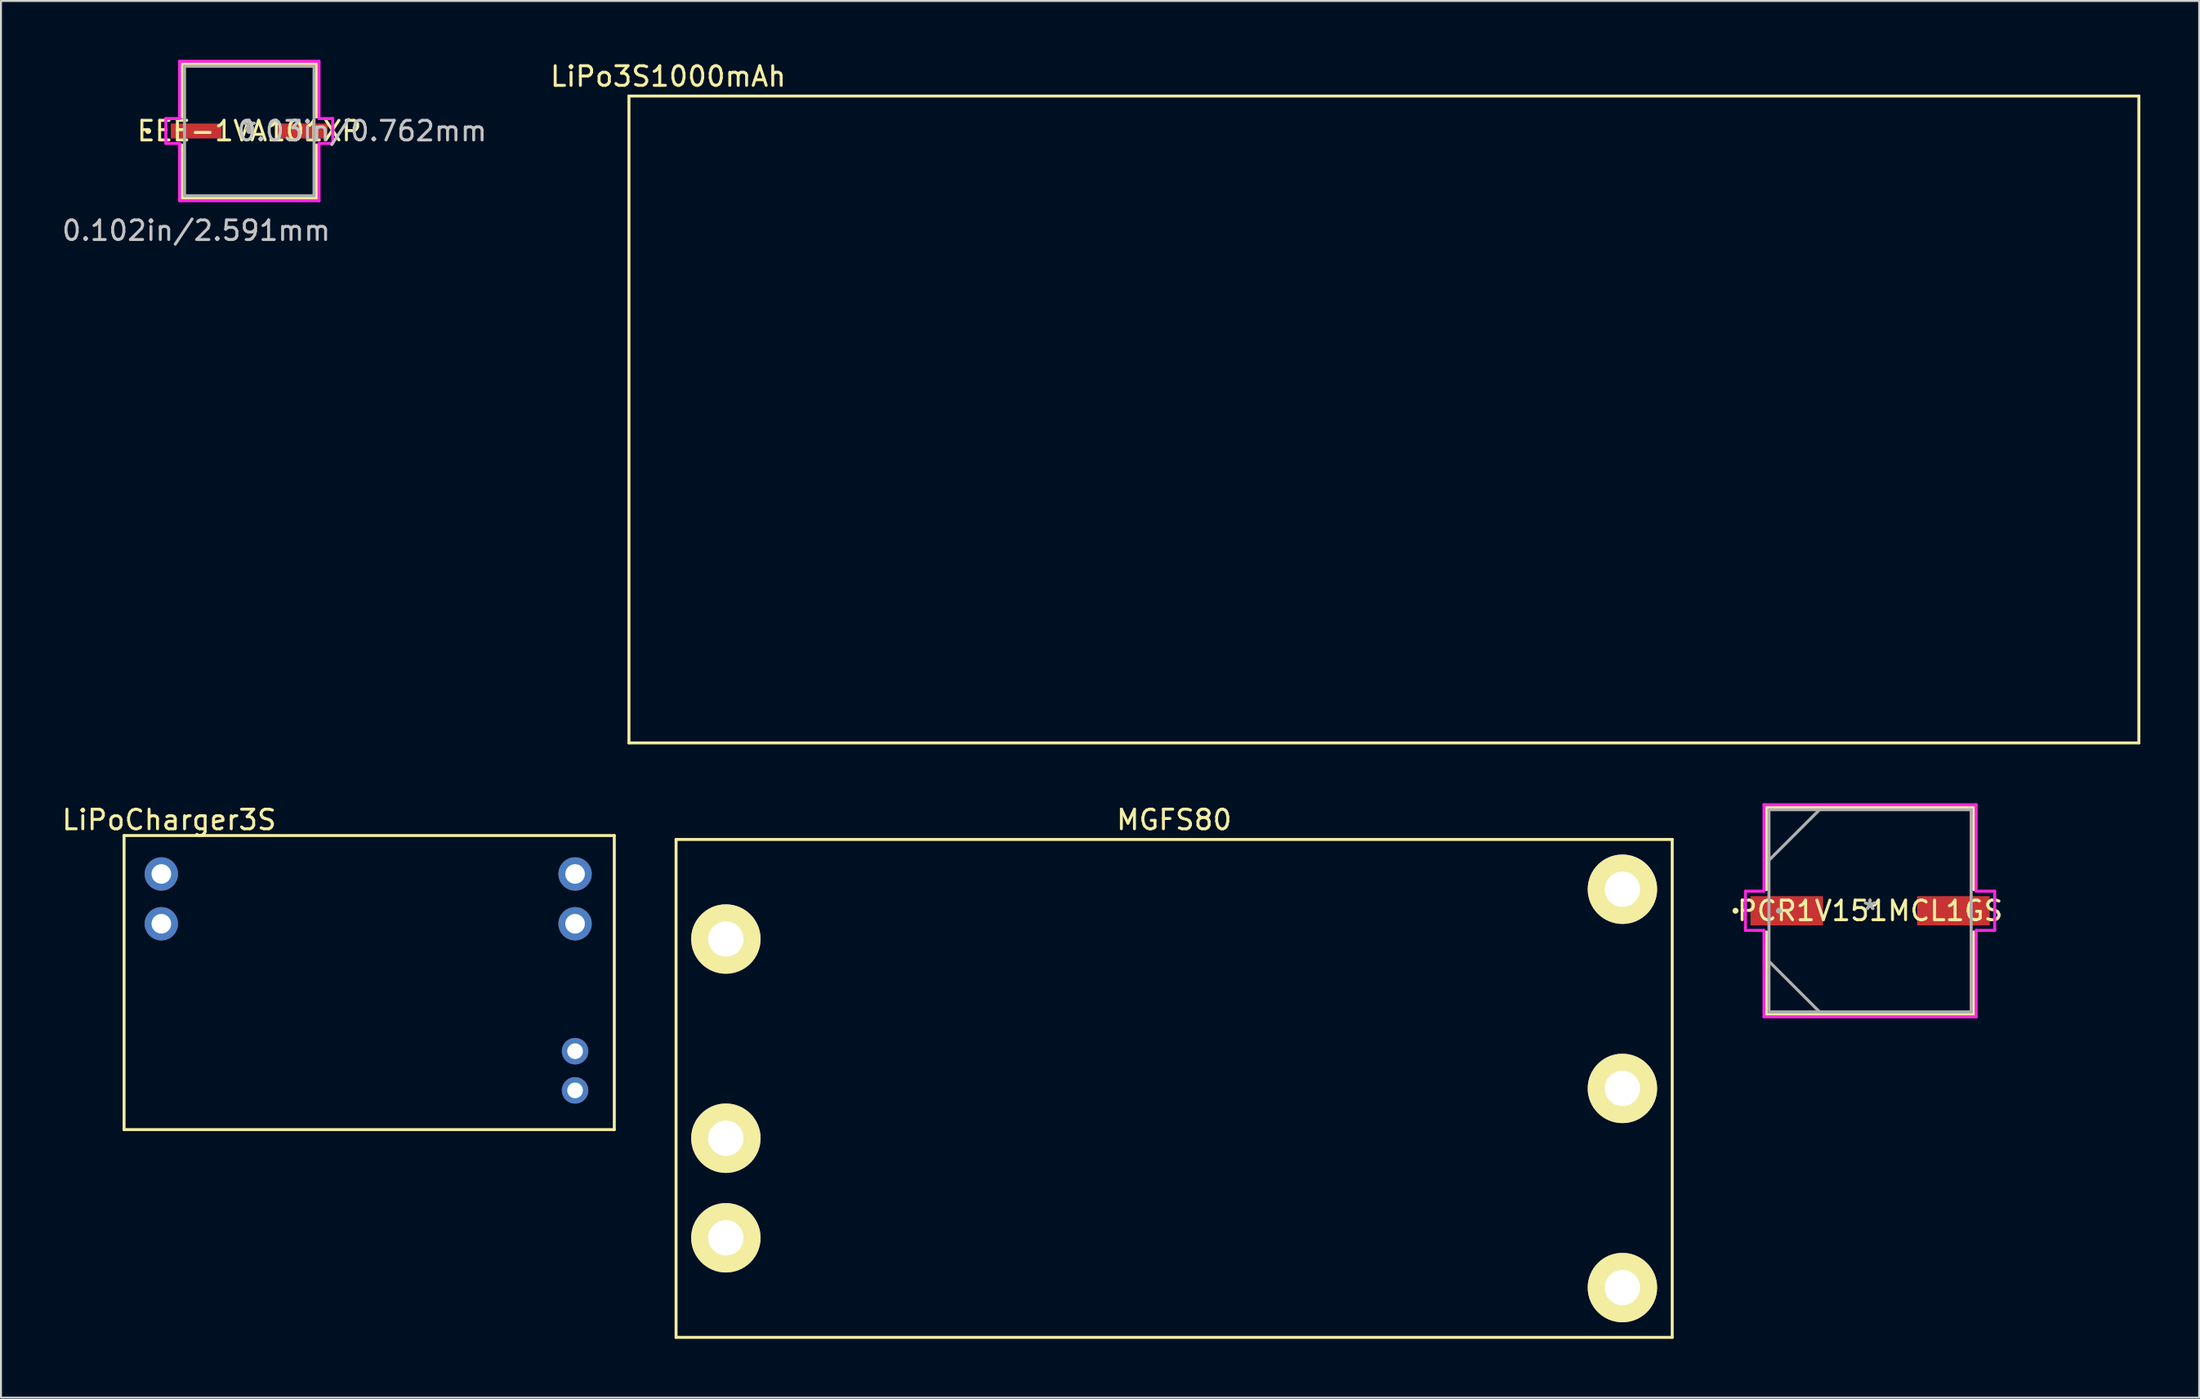
<source format=kicad_pcb>
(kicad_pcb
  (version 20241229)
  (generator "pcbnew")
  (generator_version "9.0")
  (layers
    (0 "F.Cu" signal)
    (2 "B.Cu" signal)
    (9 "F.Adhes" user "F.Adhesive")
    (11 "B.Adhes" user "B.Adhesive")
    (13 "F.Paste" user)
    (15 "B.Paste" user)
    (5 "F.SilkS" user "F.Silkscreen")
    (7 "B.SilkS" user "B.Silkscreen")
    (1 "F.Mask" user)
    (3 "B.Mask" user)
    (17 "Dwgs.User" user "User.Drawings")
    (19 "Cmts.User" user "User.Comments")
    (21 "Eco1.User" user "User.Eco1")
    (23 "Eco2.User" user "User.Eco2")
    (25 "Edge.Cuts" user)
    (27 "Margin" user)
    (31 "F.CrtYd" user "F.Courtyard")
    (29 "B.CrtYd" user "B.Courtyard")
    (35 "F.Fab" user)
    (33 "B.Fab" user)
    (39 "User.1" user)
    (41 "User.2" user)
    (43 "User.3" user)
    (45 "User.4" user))
  (footprint "LiPoCharger3S"
    (layer "F.Cu")
    (at 3.277 54.572)
    (property "Reference" "LiPoCharger3S" (at 2.3 -15.8 0) (layer "F.SilkS") (effects (font (size 1 1) (thickness 0.15))))
    (attr through_hole)
    (fp_line (start 0 -15) (end 0 0) (stroke (width 0.15) (type solid)) (layer "F.SilkS"))
    (fp_line (start 0 0) (end 25 0) (stroke (width 0.15) (type solid)) (layer "F.SilkS"))
    (fp_line (start 25 -15) (end 0 -15) (stroke (width 0.15) (type solid)) (layer "F.SilkS"))
    (fp_line (start 25 0) (end 25 -15) (stroke (width 0.15) (type solid)) (layer "F.SilkS"))
    (pad "1" thru_hole circle (at 1.9 -13.04) (size 1.7 1.7) (drill 1) (layers "*.Cu" "*.Mask"))
    (pad "2" thru_hole circle (at 1.9 -10.5) (size 1.7 1.7) (drill 1) (layers "*.Cu" "*.Mask"))
    (pad "3" thru_hole circle (at 23 -13.04) (size 1.7 1.7) (drill 1) (layers "*.Cu" "*.Mask"))
    (pad "4" thru_hole circle (at 23 -10.5) (size 1.7 1.7) (drill 1) (layers "*.Cu" "*.Mask"))
    (pad "5" thru_hole circle (at 23 -4) (size 1.35 1.35) (drill 0.8) (layers "*.Cu" "*.Mask"))
    (pad "6" thru_hole circle (at 23 -2) (size 1.35 1.35) (drill 0.8) (layers "*.Cu" "*.Mask")))
  (footprint "MGFS80"
    (layer "F.Cu")
    (at 56.827 52.471)
    (property "Reference" "MGFS80" (at 0 -13.7 0) (layer "F.SilkS") (effects (font (size 1 1) (thickness 0.15))))
    (attr through_hole)
    (fp_line (start -25.4 -12.7) (end -25.4 12.7) (stroke (width 0.15) (type solid)) (layer "F.SilkS"))
    (fp_line (start -25.4 -12.7) (end 25.4 -12.7) (stroke (width 0.15) (type solid)) (layer "F.SilkS"))
    (fp_line (start 25.4 -12.7) (end 25.4 12.7) (stroke (width 0.15) (type solid)) (layer "F.SilkS"))
    (fp_line (start 25.4 12.7) (end -25.4 12.7) (stroke (width 0.15) (type solid)) (layer "F.SilkS"))
    (pad "1" thru_hole circle (at -22.86 -7.62) (size 3.54 3.54) (drill 1.8) (layers "*.Cu" "*.Mask" "F.SilkS"))
    (pad "2" thru_hole circle (at -22.86 2.54) (size 3.54 3.54) (drill 1.8) (layers "*.Cu" "*.Mask" "F.SilkS"))
    (pad "3" thru_hole circle (at -22.86 7.62) (size 3.54 3.54) (drill 1.8) (layers "*.Cu" "*.Mask" "F.SilkS"))
    (pad "4" thru_hole circle (at 22.86 10.16) (size 3.54 3.54) (drill 1.8) (layers "*.Cu" "*.Mask" "F.SilkS"))
    (pad "5" thru_hole circle (at 22.86 0) (size 3.54 3.54) (drill 1.8) (layers "*.Cu" "*.Mask" "F.SilkS"))
    (pad "6" thru_hole circle (at 22.86 -10.16) (size 3.54 3.54) (drill 1.8) (layers "*.Cu" "*.Mask" "F.SilkS")))
  (footprint "LiPo3S1000mAh"
    (layer "F.Cu")
    (at 67.024 17.848)
    (property "Reference" "LiPo3S1000mAh" (at -36 -17 0) (layer "F.SilkS") (effects (font (size 1 1) (thickness 0.15))))
    (attr through_hole)
    (fp_line (start -38 -16) (end -38 17) (stroke (width 0.15) (type solid)) (layer "F.SilkS"))
    (fp_line (start -38 17) (end 39 17) (stroke (width 0.15) (type solid)) (layer "F.SilkS"))
    (fp_line (start 39 -16) (end -38 -16) (stroke (width 0.15) (type solid)) (layer "F.SilkS"))
    (fp_line (start 39 17) (end 39 -16) (stroke (width 0.15) (type solid)) (layer "F.SilkS")))
  (footprint "PCR1V151MCL1GS"
    (layer "F.Cu")
    (at 92.317 43.41)
    (property "Reference" "PCR1V151MCL1GS" (at 0 0 0) (layer "F.SilkS") (effects (font (size 1 1) (thickness 0.15))))
    (attr through_hole)
    (fp_line (start -5.283 -5.283) (end -5.283 -1.079) (stroke (width 0.152) (type solid)) (layer "F.SilkS"))
    (fp_line (start -5.283 1.079) (end -5.283 5.283) (stroke (width 0.152) (type solid)) (layer "F.SilkS"))
    (fp_line (start -5.283 5.283) (end 5.283 5.283) (stroke (width 0.152) (type solid)) (layer "F.SilkS"))
    (fp_line (start 5.283 -5.283) (end -5.283 -5.283) (stroke (width 0.152) (type solid)) (layer "F.SilkS"))
    (fp_line (start 5.283 -1.079) (end 5.283 -5.283) (stroke (width 0.152) (type solid)) (layer "F.SilkS"))
    (fp_line (start 5.283 5.283) (end 5.283 1.079) (stroke (width 0.152) (type solid)) (layer "F.SilkS"))
    (fp_circle (center -6.863 0) (end -6.786 0) (stroke (width 0.152) (type solid)) (fill no) (layer "F.SilkS"))
    (fp_line (start -6.355 -1) (end -5.41 -1) (stroke (width 0.152) (type solid)) (layer "F.CrtYd"))
    (fp_line (start -6.355 1) (end -6.355 -1) (stroke (width 0.152) (type solid)) (layer "F.CrtYd"))
    (fp_line (start -5.41 -5.41) (end 5.41 -5.41) (stroke (width 0.152) (type solid)) (layer "F.CrtYd"))
    (fp_line (start -5.41 -1) (end -5.41 -5.41) (stroke (width 0.152) (type solid)) (layer "F.CrtYd"))
    (fp_line (start -5.41 1) (end -6.355 1) (stroke (width 0.152) (type solid)) (layer "F.CrtYd"))
    (fp_line (start -5.41 5.41) (end -5.41 1) (stroke (width 0.152) (type solid)) (layer "F.CrtYd"))
    (fp_line (start 5.41 -5.41) (end 5.41 -1) (stroke (width 0.152) (type solid)) (layer "F.CrtYd"))
    (fp_line (start 5.41 -1) (end 6.355 -1) (stroke (width 0.152) (type solid)) (layer "F.CrtYd"))
    (fp_line (start 5.41 1) (end 5.41 5.41) (stroke (width 0.152) (type solid)) (layer "F.CrtYd"))
    (fp_line (start 5.41 5.41) (end -5.41 5.41) (stroke (width 0.152) (type solid)) (layer "F.CrtYd"))
    (fp_line (start 6.355 -1) (end 6.355 1) (stroke (width 0.152) (type solid)) (layer "F.CrtYd"))
    (fp_line (start 6.355 1) (end 5.41 1) (stroke (width 0.152) (type solid)) (layer "F.CrtYd"))
    (fp_line (start -5.156 -5.156) (end -5.156 5.156) (stroke (width 0.152) (type solid)) (layer "F.Fab"))
    (fp_line (start -5.156 -2.578) (end -2.578 -5.156) (stroke (width 0.152) (type solid)) (layer "F.Fab"))
    (fp_line (start -5.156 2.578) (end -2.578 5.156) (stroke (width 0.152) (type solid)) (layer "F.Fab"))
    (fp_line (start -5.156 5.156) (end 5.156 5.156) (stroke (width 0.152) (type solid)) (layer "F.Fab"))
    (fp_line (start 5.156 -5.156) (end -5.156 -5.156) (stroke (width 0.152) (type solid)) (layer "F.Fab"))
    (fp_line (start 5.156 5.156) (end 5.156 -5.156) (stroke (width 0.152) (type solid)) (layer "F.Fab"))
    (fp_circle (center -4.648 0) (end -4.572 0) (stroke (width 0.152) (type solid)) (fill no) (layer "F.Fab"))
    (fp_text user "*" (at 0 0 0) (layer "F.SilkS") (effects (font (size 1 1) (thickness 0.15))))
    (fp_text user "Copyright 2016 Accelerated Designs. All rights reserved." (at 0 0 0) (layer "Cmts.User") (effects (font (size 0.127 0.127) (thickness 0.002))))
    (fp_text user "*" (at 0 0 0) (layer "F.Fab") (effects (font (size 1 1) (thickness 0.15))))
    (pad "1" smd rect (at -4.25 0) (size 3.702 1.492) (layers "F.Cu" "F.Mask" "F.Paste"))
    (pad "2" smd rect (at 4.25 0) (size 3.702 1.492) (layers "F.Cu" "F.Mask" "F.Paste")))
  (footprint "EEE-1VA101XP"
    (layer "F.Cu")
    (at 9.663 3.632)
    (property "Reference" "EEE-1VA101XP" (at 0 0 0) (layer "F.SilkS") (effects (font (size 1 1) (thickness 0.15))))
    (attr through_hole)
    (fp_line (start -3.429 -3.429) (end -3.429 -0.714) (stroke (width 0.152) (type solid)) (layer "F.SilkS"))
    (fp_line (start -3.429 0.714) (end -3.429 3.429) (stroke (width 0.152) (type solid)) (layer "F.SilkS"))
    (fp_line (start -3.429 3.429) (end 3.429 3.429) (stroke (width 0.152) (type solid)) (layer "F.SilkS"))
    (fp_line (start 3.429 -3.429) (end -3.429 -3.429) (stroke (width 0.152) (type solid)) (layer "F.SilkS"))
    (fp_line (start 3.429 -0.714) (end 3.429 -3.429) (stroke (width 0.152) (type solid)) (layer "F.SilkS"))
    (fp_line (start 3.429 3.429) (end 3.429 0.714) (stroke (width 0.152) (type solid)) (layer "F.SilkS"))
    (fp_circle (center -5.156 0) (end -5.08 0) (stroke (width 0.152) (type solid)) (fill no) (layer "F.SilkS"))
    (fp_line (start -4.255 -0.635) (end -3.556 -0.635) (stroke (width 0.152) (type solid)) (layer "F.CrtYd"))
    (fp_line (start -4.255 0.635) (end -4.255 -0.635) (stroke (width 0.152) (type solid)) (layer "F.CrtYd"))
    (fp_line (start -3.556 -3.556) (end 3.556 -3.556) (stroke (width 0.152) (type solid)) (layer "F.CrtYd"))
    (fp_line (start -3.556 -0.635) (end -3.556 -3.556) (stroke (width 0.152) (type solid)) (layer "F.CrtYd"))
    (fp_line (start -3.556 0.635) (end -4.255 0.635) (stroke (width 0.152) (type solid)) (layer "F.CrtYd"))
    (fp_line (start -3.556 3.556) (end -3.556 0.635) (stroke (width 0.152) (type solid)) (layer "F.CrtYd"))
    (fp_line (start 3.556 -3.556) (end 3.556 -0.635) (stroke (width 0.152) (type solid)) (layer "F.CrtYd"))
    (fp_line (start 3.556 -0.635) (end 4.255 -0.635) (stroke (width 0.152) (type solid)) (layer "F.CrtYd"))
    (fp_line (start 3.556 0.635) (end 3.556 3.556) (stroke (width 0.152) (type solid)) (layer "F.CrtYd"))
    (fp_line (start 3.556 3.556) (end -3.556 3.556) (stroke (width 0.152) (type solid)) (layer "F.CrtYd"))
    (fp_line (start 4.255 -0.635) (end 4.255 0.635) (stroke (width 0.152) (type solid)) (layer "F.CrtYd"))
    (fp_line (start 4.255 0.635) (end 3.556 0.635) (stroke (width 0.152) (type solid)) (layer "F.CrtYd"))
    (fp_line (start -3.302 -3.302) (end -3.302 3.302) (stroke (width 0.152) (type solid)) (layer "F.Fab"))
    (fp_line (start -3.302 3.302) (end 3.302 3.302) (stroke (width 0.152) (type solid)) (layer "F.Fab"))
    (fp_line (start 3.302 -3.302) (end -3.302 -3.302) (stroke (width 0.152) (type solid)) (layer "F.Fab"))
    (fp_line (start 3.302 3.302) (end 3.302 -3.302) (stroke (width 0.152) (type solid)) (layer "F.Fab"))
    (fp_circle (center 0 0) (end 0.076 0) (stroke (width 0.152) (type solid)) (fill no) (layer "F.Fab"))
    (fp_text user "*" (at 0 0 0) (layer "F.SilkS") (effects (font (size 1 1) (thickness 0.15))))
    (fp_text user "0.102in/2.591mm" (at -2.705 5.08 0) (layer "Dwgs.User") (effects (font (size 1 1) (thickness 0.15))))
    (fp_text user "0.03in/0.762mm" (at 5.753 0 0) (layer "Dwgs.User") (effects (font (size 1 1) (thickness 0.15))))
    (fp_text user "Copyright 2016 Accelerated Designs. All rights reserved." (at 0 0 0) (layer "Cmts.User") (effects (font (size 0.127 0.127) (thickness 0.002))))
    (fp_text user "*" (at 0 0 0) (layer "F.Fab") (effects (font (size 1 1) (thickness 0.15))))
    (pad "1" smd rect (at -2.705 0) (size 2.591 0.762) (layers "F.Cu" "F.Mask" "F.Paste"))
    (pad "2" smd rect (at 2.705 0) (size 2.591 0.762) (layers "F.Cu" "F.Mask" "F.Paste")))
  (gr_rect
    (start -3 -3)
    (end 109.099 68.246)
    (stroke (width 0.1) (type default))
    (fill no)
    (layer "Edge.Cuts")))
</source>
